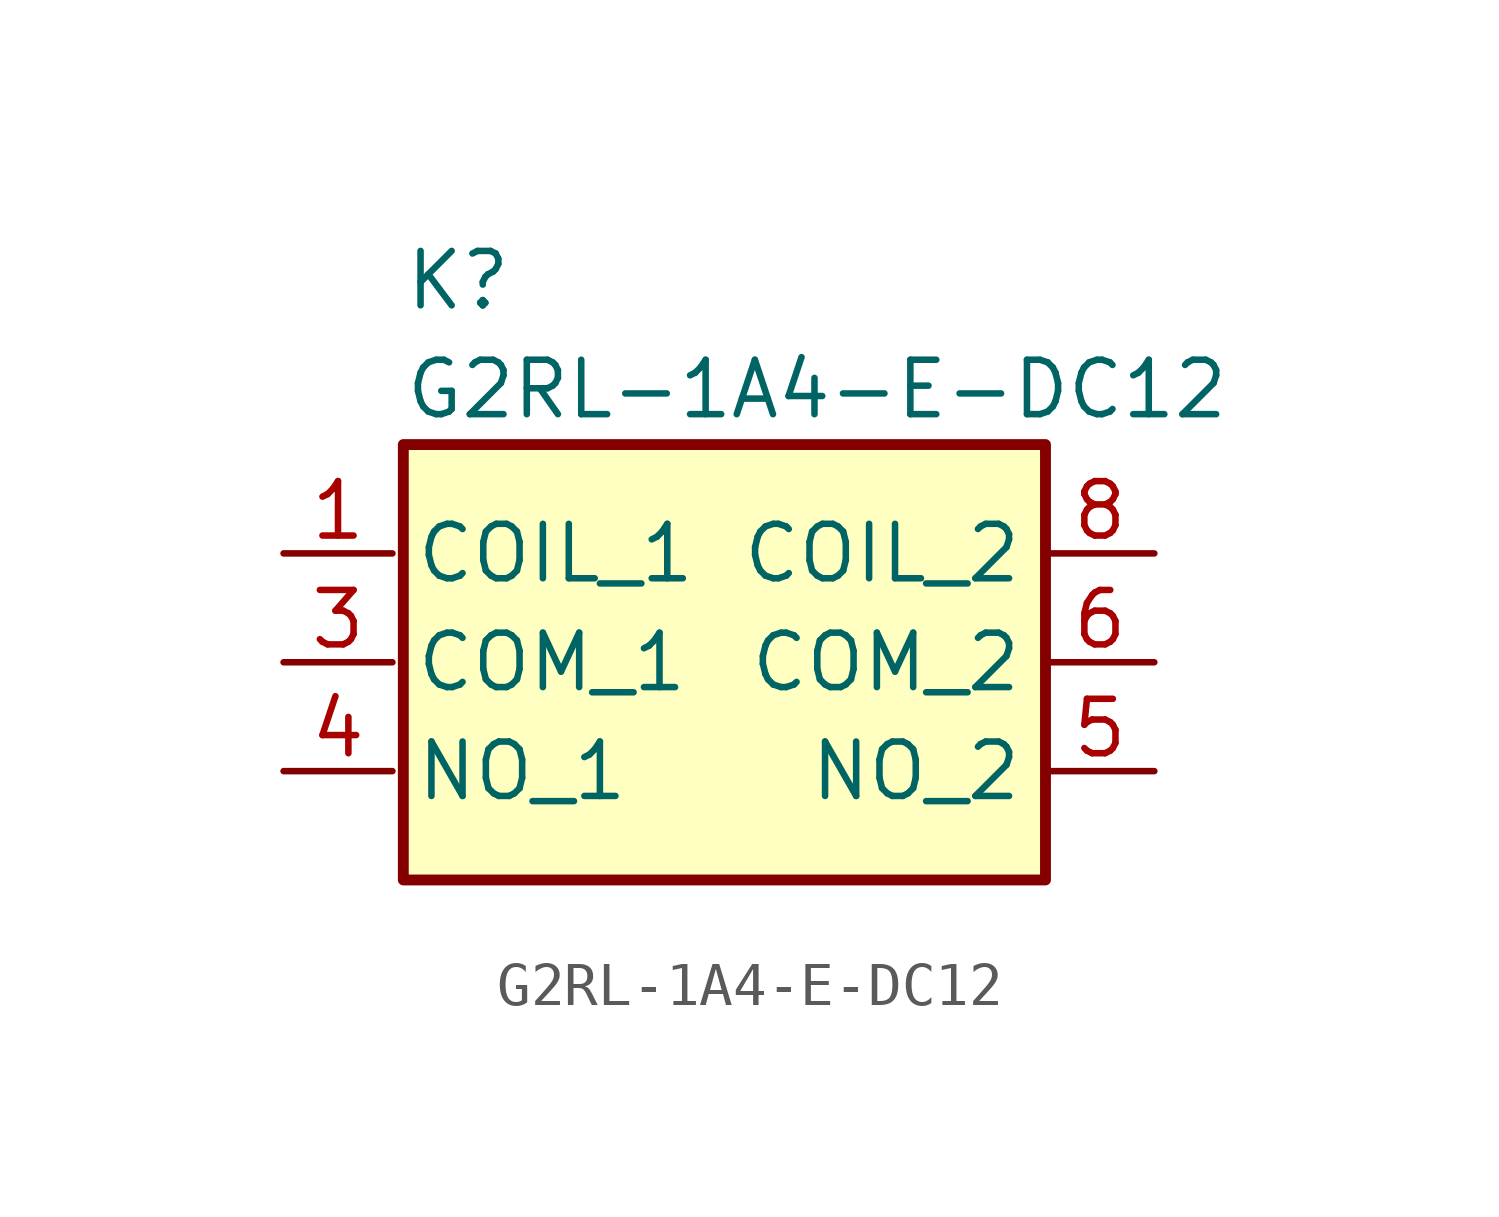
<source format=kicad_sym>
(kicad_symbol_lib
  (version 20241209)
  (generator "kicad_symbol_editor")
  (generator_version "9.0")
  (symbol "G2RL-1A4-E-DC12"
    (property "Reference" "K"
      (at -6.096 9.652 0)
      (effects (font (size 1.27 1.27)) (justify left top)))
    (property "Value" "G2RL-1A4-E-DC12"
      (at -6.096 7.112 0)
      (effects (font (size 1.27 1.27)) (justify left top)))
    (symbol "G2RL-1A4-E-DC12_1_1"
      (rectangle (start -6.096 5.08) (end 8.89 -5.08) (stroke (width 0.254) (type default)) (fill (type background)))
      (pin passive line (at -8.89 2.54 0) (length 2.54) (name "COIL_1" (effects (font (size 1.27 1.27)))) (number "1" (effects (font (size 1.27 1.27)))))
      (pin passive line (at -8.89 0 0) (length 2.54) (name "COM_1" (effects (font (size 1.27 1.27)))) (number "3" (effects (font (size 1.27 1.27)))))
      (pin passive line (at -8.89 -2.54 0) (length 2.54) (name "NO_1" (effects (font (size 1.27 1.27)))) (number "4" (effects (font (size 1.27 1.27)))))
      (pin passive line (at 11.43 2.54 180) (length 2.54) (name "COIL_2" (effects (font (size 1.27 1.27)))) (number "8" (effects (font (size 1.27 1.27)))))
      (pin passive line (at 11.43 0 180) (length 2.54) (name "COM_2" (effects (font (size 1.27 1.27)))) (number "6" (effects (font (size 1.27 1.27)))))
      (pin passive line (at 11.43 -2.54 180) (length 2.54) (name "NO_2" (effects (font (size 1.27 1.27)))) (number "5" (effects (font (size 1.27 1.27))))))))
</source>
